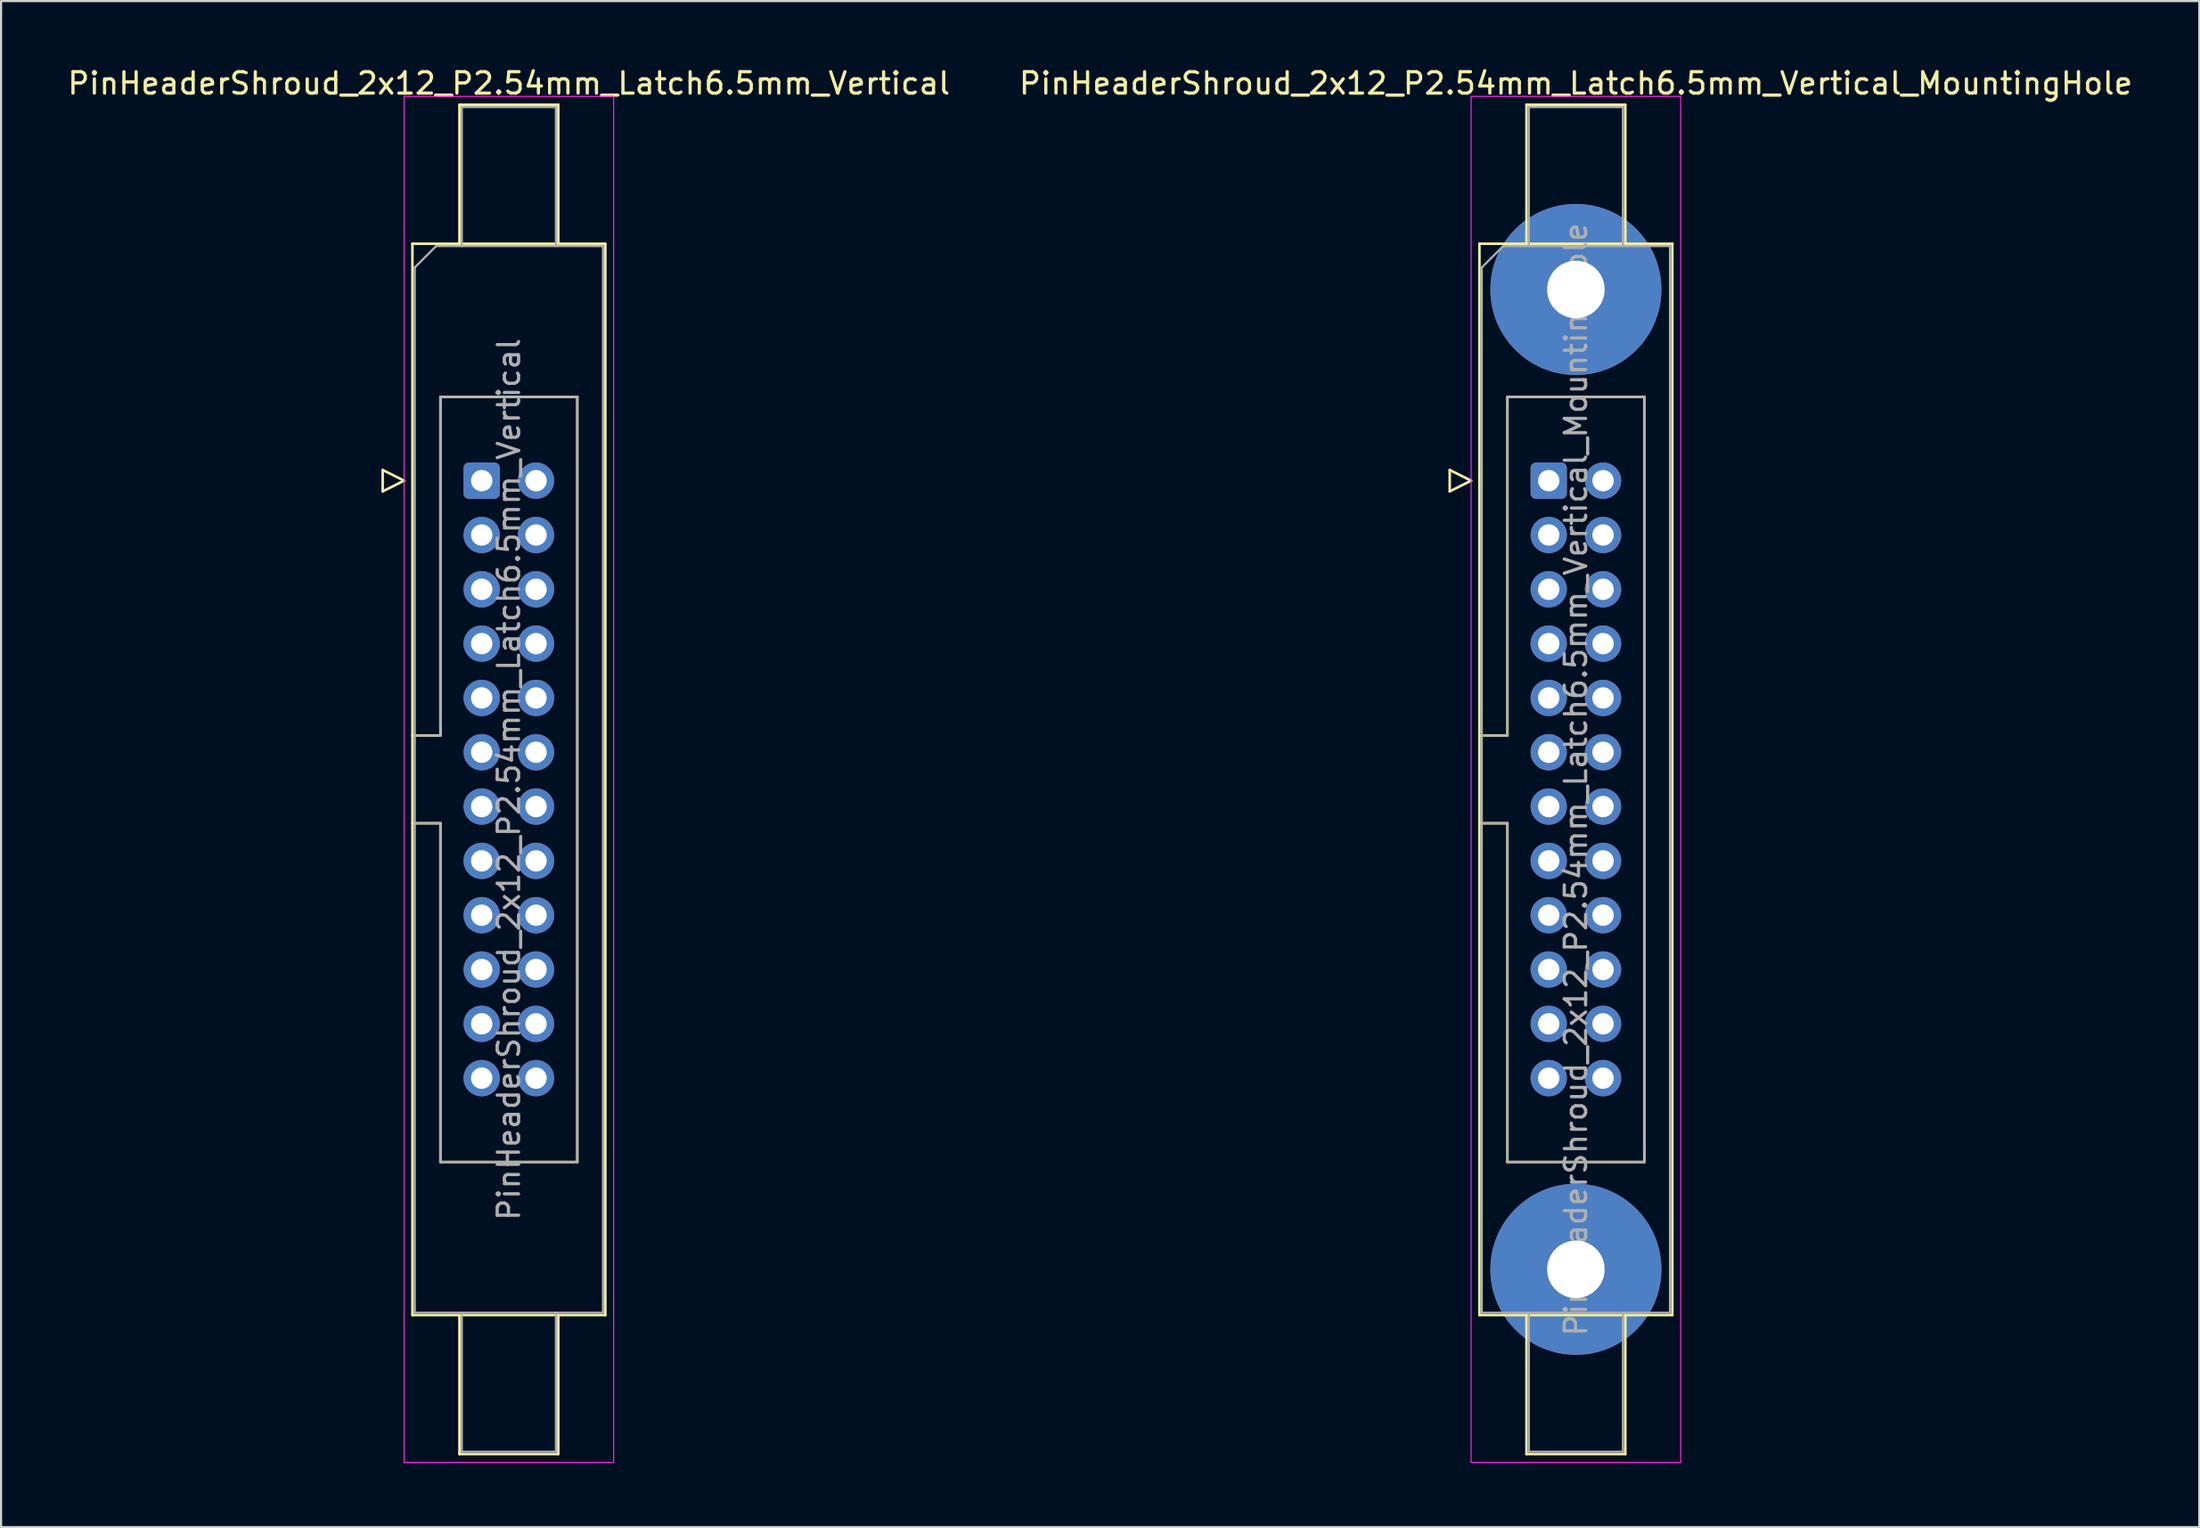
<source format=kicad_pcb>
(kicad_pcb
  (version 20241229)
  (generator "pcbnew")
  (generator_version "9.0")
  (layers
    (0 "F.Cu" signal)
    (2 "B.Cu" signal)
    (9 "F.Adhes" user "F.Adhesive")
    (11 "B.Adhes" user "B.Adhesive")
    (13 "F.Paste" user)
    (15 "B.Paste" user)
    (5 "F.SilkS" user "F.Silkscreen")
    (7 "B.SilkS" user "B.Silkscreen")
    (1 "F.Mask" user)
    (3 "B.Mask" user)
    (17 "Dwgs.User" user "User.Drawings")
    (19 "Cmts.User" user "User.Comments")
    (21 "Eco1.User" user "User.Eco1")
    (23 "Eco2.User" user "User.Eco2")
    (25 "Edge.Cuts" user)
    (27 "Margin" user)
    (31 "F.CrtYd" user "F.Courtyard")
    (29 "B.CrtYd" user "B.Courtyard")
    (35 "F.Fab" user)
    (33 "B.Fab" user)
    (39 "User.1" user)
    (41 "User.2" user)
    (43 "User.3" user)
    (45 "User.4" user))
  (footprint "PinHeaderShroud_2x12_P2.54mm_Latch6.5mm_Vertical_MountingHole"
    (layer "F.Cu")
    (at 69.367 19.428)
    (property "Reference" "PinHeaderShroud_2x12_P2.54mm_Latch6.5mm_Vertical_MountingHole" (at 1.27 -18.58 0) (layer "F.SilkS") (effects (font (size 1 1) (thickness 0.15))))
    (attr through_hole)
    (fp_line (start -4.63 -0.5) (end -4.63 0.5) (stroke (width 0.12) (type solid)) (layer "F.SilkS"))
    (fp_line (start -4.63 0.5) (end -3.63 0) (stroke (width 0.12) (type solid)) (layer "F.SilkS"))
    (fp_line (start -3.63 0) (end -4.63 -0.5) (stroke (width 0.12) (type solid)) (layer "F.SilkS"))
    (fp_line (start -3.24 -11.08) (end 5.78 -11.08) (stroke (width 0.12) (type solid)) (layer "F.SilkS"))
    (fp_line (start -3.24 11.92) (end -1.93 11.92) (stroke (width 0.12) (type solid)) (layer "F.SilkS"))
    (fp_line (start -3.24 16.02) (end -1.93 16.02) (stroke (width 0.12) (type solid)) (layer "F.SilkS"))
    (fp_line (start -3.24 39.02) (end -3.24 -11.08) (stroke (width 0.12) (type solid)) (layer "F.SilkS"))
    (fp_line (start -1.93 -3.92) (end 4.47 -3.92) (stroke (width 0.12) (type solid)) (layer "F.SilkS"))
    (fp_line (start -1.93 11.92) (end -1.93 -3.92) (stroke (width 0.12) (type solid)) (layer "F.SilkS"))
    (fp_line (start -1.93 31.86) (end -1.93 16.02) (stroke (width 0.12) (type solid)) (layer "F.SilkS"))
    (fp_line (start -1.04 -17.58) (end 3.58 -17.58) (stroke (width 0.12) (type solid)) (layer "F.SilkS"))
    (fp_line (start -1.04 -11.08) (end -1.04 -17.58) (stroke (width 0.12) (type solid)) (layer "F.SilkS"))
    (fp_line (start -1.04 39.02) (end -1.04 45.52) (stroke (width 0.12) (type solid)) (layer "F.SilkS"))
    (fp_line (start -1.04 45.52) (end 3.58 45.52) (stroke (width 0.12) (type solid)) (layer "F.SilkS"))
    (fp_line (start 3.58 -17.58) (end 3.58 -11.08) (stroke (width 0.12) (type solid)) (layer "F.SilkS"))
    (fp_line (start 3.58 45.52) (end 3.58 39.02) (stroke (width 0.12) (type solid)) (layer "F.SilkS"))
    (fp_line (start 4.47 -3.92) (end 4.47 31.86) (stroke (width 0.12) (type solid)) (layer "F.SilkS"))
    (fp_line (start 4.47 31.86) (end -1.93 31.86) (stroke (width 0.12) (type solid)) (layer "F.SilkS"))
    (fp_line (start 5.78 -11.08) (end 5.78 39.02) (stroke (width 0.12) (type solid)) (layer "F.SilkS"))
    (fp_line (start 5.78 39.02) (end -3.24 39.02) (stroke (width 0.12) (type solid)) (layer "F.SilkS"))
    (fp_line (start -3.63 -17.97) (end -3.63 45.91) (stroke (width 0.05) (type solid)) (layer "F.CrtYd"))
    (fp_line (start -3.63 45.91) (end 6.17 45.91) (stroke (width 0.05) (type solid)) (layer "F.CrtYd"))
    (fp_line (start 6.17 -17.97) (end -3.63 -17.97) (stroke (width 0.05) (type solid)) (layer "F.CrtYd"))
    (fp_line (start 6.17 45.91) (end 6.17 -17.97) (stroke (width 0.05) (type solid)) (layer "F.CrtYd"))
    (fp_line (start -3.13 -9.97) (end -2.13 -10.97) (stroke (width 0.1) (type solid)) (layer "F.Fab"))
    (fp_line (start -3.13 11.92) (end -1.93 11.92) (stroke (width 0.1) (type solid)) (layer "F.Fab"))
    (fp_line (start -3.13 16.02) (end -1.93 16.02) (stroke (width 0.1) (type solid)) (layer "F.Fab"))
    (fp_line (start -3.13 38.91) (end -3.13 -9.97) (stroke (width 0.1) (type solid)) (layer "F.Fab"))
    (fp_line (start -2.13 -10.97) (end 5.67 -10.97) (stroke (width 0.1) (type solid)) (layer "F.Fab"))
    (fp_line (start -1.93 -3.92) (end 4.47 -3.92) (stroke (width 0.1) (type solid)) (layer "F.Fab"))
    (fp_line (start -1.93 11.92) (end -1.93 -3.92) (stroke (width 0.1) (type solid)) (layer "F.Fab"))
    (fp_line (start -1.93 31.86) (end -1.93 16.02) (stroke (width 0.1) (type solid)) (layer "F.Fab"))
    (fp_line (start -0.93 -17.47) (end 3.47 -17.47) (stroke (width 0.1) (type solid)) (layer "F.Fab"))
    (fp_line (start -0.93 -10.97) (end -0.93 -17.47) (stroke (width 0.1) (type solid)) (layer "F.Fab"))
    (fp_line (start -0.93 38.91) (end -0.93 45.41) (stroke (width 0.1) (type solid)) (layer "F.Fab"))
    (fp_line (start -0.93 45.41) (end 3.47 45.41) (stroke (width 0.1) (type solid)) (layer "F.Fab"))
    (fp_line (start 3.47 -17.47) (end 3.47 -10.97) (stroke (width 0.1) (type solid)) (layer "F.Fab"))
    (fp_line (start 3.47 45.41) (end 3.47 38.91) (stroke (width 0.1) (type solid)) (layer "F.Fab"))
    (fp_line (start 4.47 -3.92) (end 4.47 31.86) (stroke (width 0.1) (type solid)) (layer "F.Fab"))
    (fp_line (start 4.47 31.86) (end -1.93 31.86) (stroke (width 0.1) (type solid)) (layer "F.Fab"))
    (fp_line (start 5.67 -10.97) (end 5.67 38.91) (stroke (width 0.1) (type solid)) (layer "F.Fab"))
    (fp_line (start 5.67 38.91) (end -3.13 38.91) (stroke (width 0.1) (type solid)) (layer "F.Fab"))
    (fp_text user "${REFERENCE}" (at 1.27 13.97 90) (layer "F.Fab") (effects (font (size 1 1) (thickness 0.15))))
    (pad "" thru_hole circle (at 1.27 -8.94) (size 8 8) (drill 2.69) (layers "*.Cu" "*.Mask"))
    (pad "" thru_hole circle (at 1.27 36.88) (size 8 8) (drill 2.69) (layers "*.Cu" "*.Mask"))
    (pad "1" thru_hole roundrect (at 0 0) (size 1.7 1.7) (drill 1) (layers "*.Cu" "*.Mask") (roundrect_rratio 0.147))
    (pad "2" thru_hole circle (at 2.54 0) (size 1.7 1.7) (drill 1) (layers "*.Cu" "*.Mask"))
    (pad "3" thru_hole circle (at 0 2.54) (size 1.7 1.7) (drill 1) (layers "*.Cu" "*.Mask"))
    (pad "4" thru_hole circle (at 2.54 2.54) (size 1.7 1.7) (drill 1) (layers "*.Cu" "*.Mask"))
    (pad "5" thru_hole circle (at 0 5.08) (size 1.7 1.7) (drill 1) (layers "*.Cu" "*.Mask"))
    (pad "6" thru_hole circle (at 2.54 5.08) (size 1.7 1.7) (drill 1) (layers "*.Cu" "*.Mask"))
    (pad "7" thru_hole circle (at 0 7.62) (size 1.7 1.7) (drill 1) (layers "*.Cu" "*.Mask"))
    (pad "8" thru_hole circle (at 2.54 7.62) (size 1.7 1.7) (drill 1) (layers "*.Cu" "*.Mask"))
    (pad "9" thru_hole circle (at 0 10.16) (size 1.7 1.7) (drill 1) (layers "*.Cu" "*.Mask"))
    (pad "10" thru_hole circle (at 2.54 10.16) (size 1.7 1.7) (drill 1) (layers "*.Cu" "*.Mask"))
    (pad "11" thru_hole circle (at 0 12.7) (size 1.7 1.7) (drill 1) (layers "*.Cu" "*.Mask"))
    (pad "12" thru_hole circle (at 2.54 12.7) (size 1.7 1.7) (drill 1) (layers "*.Cu" "*.Mask"))
    (pad "13" thru_hole circle (at 0 15.24) (size 1.7 1.7) (drill 1) (layers "*.Cu" "*.Mask"))
    (pad "14" thru_hole circle (at 2.54 15.24) (size 1.7 1.7) (drill 1) (layers "*.Cu" "*.Mask"))
    (pad "15" thru_hole circle (at 0 17.78) (size 1.7 1.7) (drill 1) (layers "*.Cu" "*.Mask"))
    (pad "16" thru_hole circle (at 2.54 17.78) (size 1.7 1.7) (drill 1) (layers "*.Cu" "*.Mask"))
    (pad "17" thru_hole circle (at 0 20.32) (size 1.7 1.7) (drill 1) (layers "*.Cu" "*.Mask"))
    (pad "18" thru_hole circle (at 2.54 20.32) (size 1.7 1.7) (drill 1) (layers "*.Cu" "*.Mask"))
    (pad "19" thru_hole circle (at 0 22.86) (size 1.7 1.7) (drill 1) (layers "*.Cu" "*.Mask"))
    (pad "20" thru_hole circle (at 2.54 22.86) (size 1.7 1.7) (drill 1) (layers "*.Cu" "*.Mask"))
    (pad "21" thru_hole circle (at 0 25.4) (size 1.7 1.7) (drill 1) (layers "*.Cu" "*.Mask"))
    (pad "22" thru_hole circle (at 2.54 25.4) (size 1.7 1.7) (drill 1) (layers "*.Cu" "*.Mask"))
    (pad "23" thru_hole circle (at 0 27.94) (size 1.7 1.7) (drill 1) (layers "*.Cu" "*.Mask"))
    (pad "24" thru_hole circle (at 2.54 27.94) (size 1.7 1.7) (drill 1) (layers "*.Cu" "*.Mask")))
  (footprint "PinHeaderShroud_2x12_P2.54mm_Latch6.5mm_Vertical"
    (layer "F.Cu")
    (at 19.474 19.428)
    (property "Reference" "PinHeaderShroud_2x12_P2.54mm_Latch6.5mm_Vertical" (at 1.27 -18.58 0) (layer "F.SilkS") (effects (font (size 1 1) (thickness 0.15))))
    (attr through_hole)
    (fp_line (start -4.63 -0.5) (end -4.63 0.5) (stroke (width 0.12) (type solid)) (layer "F.SilkS"))
    (fp_line (start -4.63 0.5) (end -3.63 0) (stroke (width 0.12) (type solid)) (layer "F.SilkS"))
    (fp_line (start -3.63 0) (end -4.63 -0.5) (stroke (width 0.12) (type solid)) (layer "F.SilkS"))
    (fp_line (start -3.24 -11.08) (end 5.78 -11.08) (stroke (width 0.12) (type solid)) (layer "F.SilkS"))
    (fp_line (start -3.24 11.92) (end -1.93 11.92) (stroke (width 0.12) (type solid)) (layer "F.SilkS"))
    (fp_line (start -3.24 16.02) (end -1.93 16.02) (stroke (width 0.12) (type solid)) (layer "F.SilkS"))
    (fp_line (start -3.24 39.02) (end -3.24 -11.08) (stroke (width 0.12) (type solid)) (layer "F.SilkS"))
    (fp_line (start -1.93 -3.92) (end 4.47 -3.92) (stroke (width 0.12) (type solid)) (layer "F.SilkS"))
    (fp_line (start -1.93 11.92) (end -1.93 -3.92) (stroke (width 0.12) (type solid)) (layer "F.SilkS"))
    (fp_line (start -1.93 31.86) (end -1.93 16.02) (stroke (width 0.12) (type solid)) (layer "F.SilkS"))
    (fp_line (start -1.04 -17.58) (end 3.58 -17.58) (stroke (width 0.12) (type solid)) (layer "F.SilkS"))
    (fp_line (start -1.04 -11.08) (end -1.04 -17.58) (stroke (width 0.12) (type solid)) (layer "F.SilkS"))
    (fp_line (start -1.04 39.02) (end -1.04 45.52) (stroke (width 0.12) (type solid)) (layer "F.SilkS"))
    (fp_line (start -1.04 45.52) (end 3.58 45.52) (stroke (width 0.12) (type solid)) (layer "F.SilkS"))
    (fp_line (start 3.58 -17.58) (end 3.58 -11.08) (stroke (width 0.12) (type solid)) (layer "F.SilkS"))
    (fp_line (start 3.58 45.52) (end 3.58 39.02) (stroke (width 0.12) (type solid)) (layer "F.SilkS"))
    (fp_line (start 4.47 -3.92) (end 4.47 31.86) (stroke (width 0.12) (type solid)) (layer "F.SilkS"))
    (fp_line (start 4.47 31.86) (end -1.93 31.86) (stroke (width 0.12) (type solid)) (layer "F.SilkS"))
    (fp_line (start 5.78 -11.08) (end 5.78 39.02) (stroke (width 0.12) (type solid)) (layer "F.SilkS"))
    (fp_line (start 5.78 39.02) (end -3.24 39.02) (stroke (width 0.12) (type solid)) (layer "F.SilkS"))
    (fp_line (start -3.63 -17.97) (end -3.63 45.91) (stroke (width 0.05) (type solid)) (layer "F.CrtYd"))
    (fp_line (start -3.63 45.91) (end 6.17 45.91) (stroke (width 0.05) (type solid)) (layer "F.CrtYd"))
    (fp_line (start 6.17 -17.97) (end -3.63 -17.97) (stroke (width 0.05) (type solid)) (layer "F.CrtYd"))
    (fp_line (start 6.17 45.91) (end 6.17 -17.97) (stroke (width 0.05) (type solid)) (layer "F.CrtYd"))
    (fp_line (start -3.13 -9.97) (end -2.13 -10.97) (stroke (width 0.1) (type solid)) (layer "F.Fab"))
    (fp_line (start -3.13 11.92) (end -1.93 11.92) (stroke (width 0.1) (type solid)) (layer "F.Fab"))
    (fp_line (start -3.13 16.02) (end -1.93 16.02) (stroke (width 0.1) (type solid)) (layer "F.Fab"))
    (fp_line (start -3.13 38.91) (end -3.13 -9.97) (stroke (width 0.1) (type solid)) (layer "F.Fab"))
    (fp_line (start -2.13 -10.97) (end 5.67 -10.97) (stroke (width 0.1) (type solid)) (layer "F.Fab"))
    (fp_line (start -1.93 -3.92) (end 4.47 -3.92) (stroke (width 0.1) (type solid)) (layer "F.Fab"))
    (fp_line (start -1.93 11.92) (end -1.93 -3.92) (stroke (width 0.1) (type solid)) (layer "F.Fab"))
    (fp_line (start -1.93 31.86) (end -1.93 16.02) (stroke (width 0.1) (type solid)) (layer "F.Fab"))
    (fp_line (start -0.93 -17.47) (end 3.47 -17.47) (stroke (width 0.1) (type solid)) (layer "F.Fab"))
    (fp_line (start -0.93 -10.97) (end -0.93 -17.47) (stroke (width 0.1) (type solid)) (layer "F.Fab"))
    (fp_line (start -0.93 38.91) (end -0.93 45.41) (stroke (width 0.1) (type solid)) (layer "F.Fab"))
    (fp_line (start -0.93 45.41) (end 3.47 45.41) (stroke (width 0.1) (type solid)) (layer "F.Fab"))
    (fp_line (start 3.47 -17.47) (end 3.47 -10.97) (stroke (width 0.1) (type solid)) (layer "F.Fab"))
    (fp_line (start 3.47 45.41) (end 3.47 38.91) (stroke (width 0.1) (type solid)) (layer "F.Fab"))
    (fp_line (start 4.47 -3.92) (end 4.47 31.86) (stroke (width 0.1) (type solid)) (layer "F.Fab"))
    (fp_line (start 4.47 31.86) (end -1.93 31.86) (stroke (width 0.1) (type solid)) (layer "F.Fab"))
    (fp_line (start 5.67 -10.97) (end 5.67 38.91) (stroke (width 0.1) (type solid)) (layer "F.Fab"))
    (fp_line (start 5.67 38.91) (end -3.13 38.91) (stroke (width 0.1) (type solid)) (layer "F.Fab"))
    (fp_text user "${REFERENCE}" (at 1.27 13.97 90) (layer "F.Fab") (effects (font (size 1 1) (thickness 0.15))))
    (pad "1" thru_hole roundrect (at 0 0) (size 1.7 1.7) (drill 1) (layers "*.Cu" "*.Mask") (roundrect_rratio 0.147))
    (pad "2" thru_hole circle (at 2.54 0) (size 1.7 1.7) (drill 1) (layers "*.Cu" "*.Mask"))
    (pad "3" thru_hole circle (at 0 2.54) (size 1.7 1.7) (drill 1) (layers "*.Cu" "*.Mask"))
    (pad "4" thru_hole circle (at 2.54 2.54) (size 1.7 1.7) (drill 1) (layers "*.Cu" "*.Mask"))
    (pad "5" thru_hole circle (at 0 5.08) (size 1.7 1.7) (drill 1) (layers "*.Cu" "*.Mask"))
    (pad "6" thru_hole circle (at 2.54 5.08) (size 1.7 1.7) (drill 1) (layers "*.Cu" "*.Mask"))
    (pad "7" thru_hole circle (at 0 7.62) (size 1.7 1.7) (drill 1) (layers "*.Cu" "*.Mask"))
    (pad "8" thru_hole circle (at 2.54 7.62) (size 1.7 1.7) (drill 1) (layers "*.Cu" "*.Mask"))
    (pad "9" thru_hole circle (at 0 10.16) (size 1.7 1.7) (drill 1) (layers "*.Cu" "*.Mask"))
    (pad "10" thru_hole circle (at 2.54 10.16) (size 1.7 1.7) (drill 1) (layers "*.Cu" "*.Mask"))
    (pad "11" thru_hole circle (at 0 12.7) (size 1.7 1.7) (drill 1) (layers "*.Cu" "*.Mask"))
    (pad "12" thru_hole circle (at 2.54 12.7) (size 1.7 1.7) (drill 1) (layers "*.Cu" "*.Mask"))
    (pad "13" thru_hole circle (at 0 15.24) (size 1.7 1.7) (drill 1) (layers "*.Cu" "*.Mask"))
    (pad "14" thru_hole circle (at 2.54 15.24) (size 1.7 1.7) (drill 1) (layers "*.Cu" "*.Mask"))
    (pad "15" thru_hole circle (at 0 17.78) (size 1.7 1.7) (drill 1) (layers "*.Cu" "*.Mask"))
    (pad "16" thru_hole circle (at 2.54 17.78) (size 1.7 1.7) (drill 1) (layers "*.Cu" "*.Mask"))
    (pad "17" thru_hole circle (at 0 20.32) (size 1.7 1.7) (drill 1) (layers "*.Cu" "*.Mask"))
    (pad "18" thru_hole circle (at 2.54 20.32) (size 1.7 1.7) (drill 1) (layers "*.Cu" "*.Mask"))
    (pad "19" thru_hole circle (at 0 22.86) (size 1.7 1.7) (drill 1) (layers "*.Cu" "*.Mask"))
    (pad "20" thru_hole circle (at 2.54 22.86) (size 1.7 1.7) (drill 1) (layers "*.Cu" "*.Mask"))
    (pad "21" thru_hole circle (at 0 25.4) (size 1.7 1.7) (drill 1) (layers "*.Cu" "*.Mask"))
    (pad "22" thru_hole circle (at 2.54 25.4) (size 1.7 1.7) (drill 1) (layers "*.Cu" "*.Mask"))
    (pad "23" thru_hole circle (at 0 27.94) (size 1.7 1.7) (drill 1) (layers "*.Cu" "*.Mask"))
    (pad "24" thru_hole circle (at 2.54 27.94) (size 1.7 1.7) (drill 1) (layers "*.Cu" "*.Mask")))
  (gr_rect
    (start -3 -3)
    (end 99.786 68.363)
    (stroke (width 0.1) (type default))
    (fill no)
    (layer "Edge.Cuts")))
</source>
